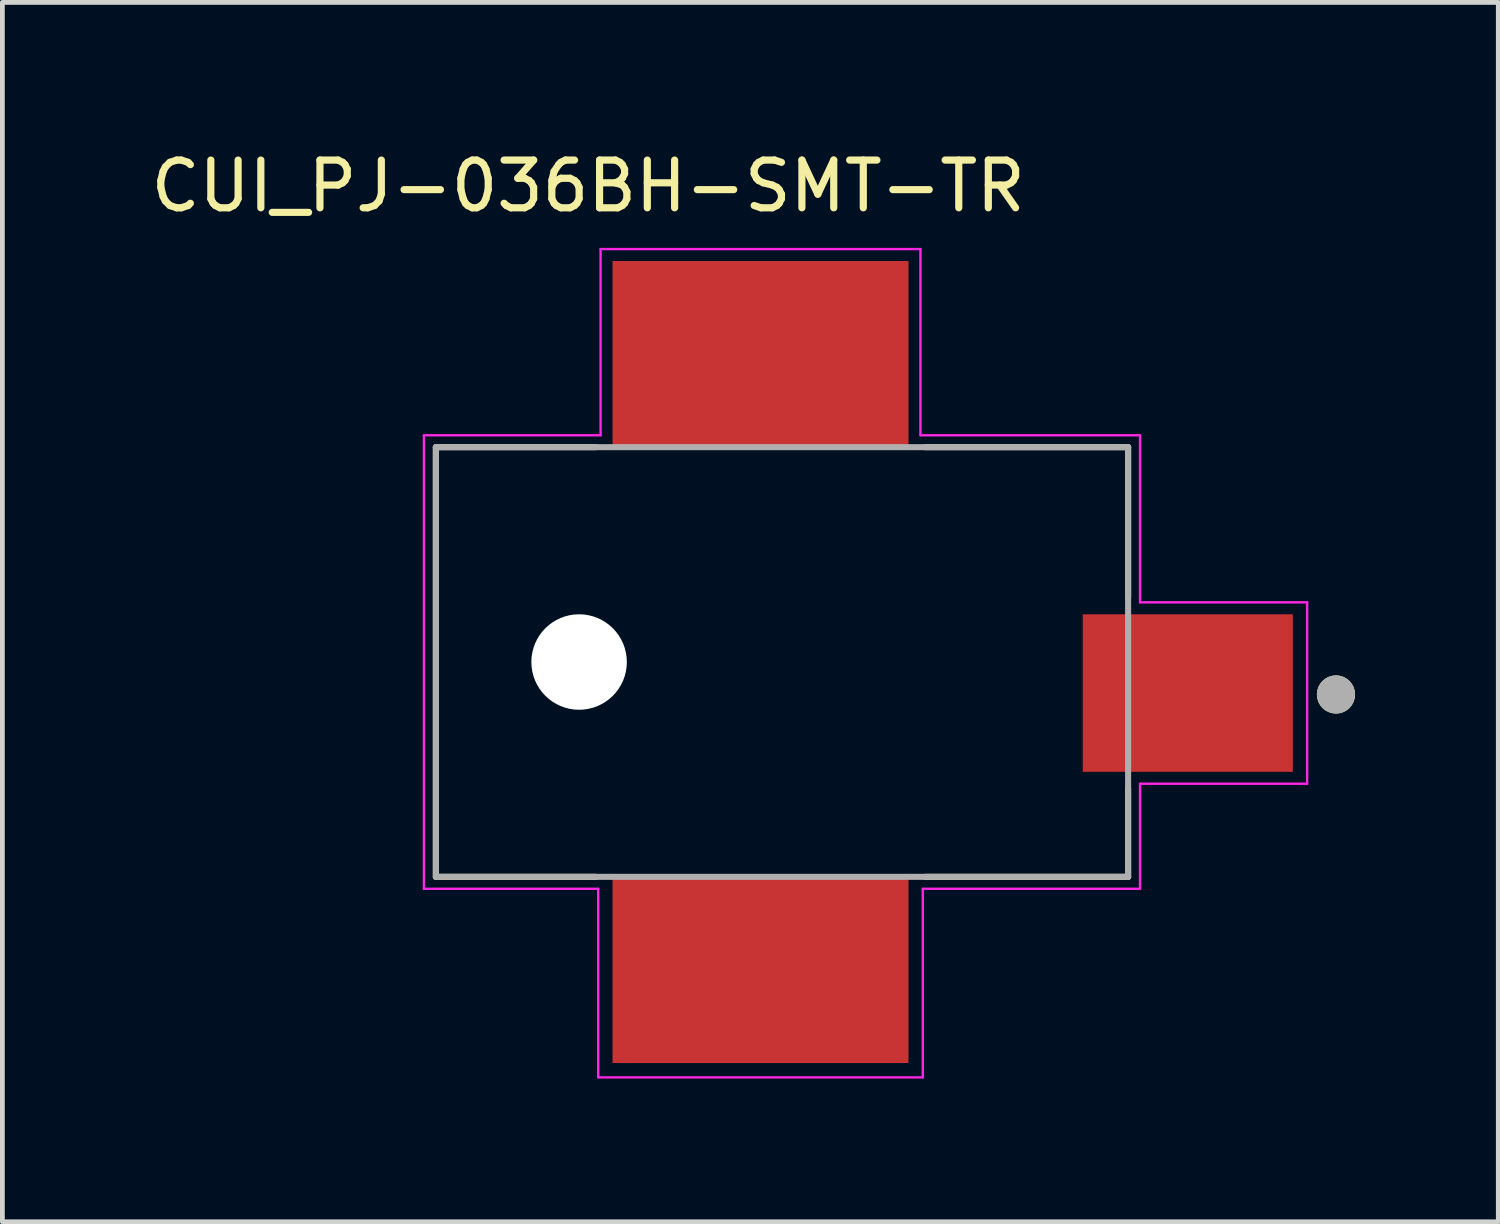
<source format=kicad_pcb>
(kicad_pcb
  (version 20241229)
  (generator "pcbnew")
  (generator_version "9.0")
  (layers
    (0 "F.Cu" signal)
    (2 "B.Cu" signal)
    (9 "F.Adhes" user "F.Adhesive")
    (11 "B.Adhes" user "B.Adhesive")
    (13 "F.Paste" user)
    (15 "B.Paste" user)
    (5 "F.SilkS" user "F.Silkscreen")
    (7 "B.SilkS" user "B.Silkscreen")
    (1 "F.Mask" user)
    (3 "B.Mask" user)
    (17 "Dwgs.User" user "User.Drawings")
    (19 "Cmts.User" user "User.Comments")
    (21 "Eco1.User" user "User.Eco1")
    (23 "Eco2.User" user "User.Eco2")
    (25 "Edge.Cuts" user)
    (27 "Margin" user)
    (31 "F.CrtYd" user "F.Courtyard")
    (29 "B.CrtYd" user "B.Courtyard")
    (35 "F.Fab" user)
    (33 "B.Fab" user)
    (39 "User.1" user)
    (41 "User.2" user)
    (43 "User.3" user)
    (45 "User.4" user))
  (footprint "CUI_PJ-036BH-SMT-TR"
    (layer "F.Cu")
    (at 21.83 11.467)
    (property "Reference" "CUI_PJ-036BH-SMT-TR" (at -12.559 -10.619 0) (layer "F.SilkS") (effects (font (size 1 1) (thickness 0.15))))
    (attr smd)
    (fp_line (start -15.75 -5.15) (end -15.75 3.85) (stroke (width 0.127) (type solid)) (layer "F.SilkS"))
    (fp_line (start -15.75 3.85) (end -12.4 3.85) (stroke (width 0.127) (type solid)) (layer "F.SilkS"))
    (fp_line (start -12.4 -5.15) (end -15.75 -5.15) (stroke (width 0.127) (type solid)) (layer "F.SilkS"))
    (fp_line (start -5.5 3.85) (end -1.25 3.85) (stroke (width 0.127) (type solid)) (layer "F.SilkS"))
    (fp_line (start -1.25 -5.15) (end -5.5 -5.15) (stroke (width 0.127) (type solid)) (layer "F.SilkS"))
    (fp_line (start -1.25 -2) (end -1.25 -5.15) (stroke (width 0.127) (type solid)) (layer "F.SilkS"))
    (fp_line (start -1.25 3.85) (end -1.25 2) (stroke (width 0.127) (type solid)) (layer "F.SilkS"))
    (fp_circle (center 3.104 0.03) (end 3.304 0.03) (stroke (width 0.4) (type solid)) (fill no) (layer "F.SilkS"))
    (fp_line (start -16 -5.4) (end -16 4.1) (stroke (width 0.05) (type solid)) (layer "F.CrtYd"))
    (fp_line (start -16 4.1) (end -12.35 4.1) (stroke (width 0.05) (type solid)) (layer "F.CrtYd"))
    (fp_line (start -12.35 4.1) (end -12.35 8.05) (stroke (width 0.05) (type solid)) (layer "F.CrtYd"))
    (fp_line (start -12.35 8.05) (end -5.55 8.05) (stroke (width 0.05) (type solid)) (layer "F.CrtYd"))
    (fp_line (start -12.3 -9.3) (end -5.6 -9.3) (stroke (width 0.05) (type solid)) (layer "F.CrtYd"))
    (fp_line (start -12.3 -5.4) (end -16 -5.4) (stroke (width 0.05) (type solid)) (layer "F.CrtYd"))
    (fp_line (start -12.3 -5.4) (end -12.3 -9.3) (stroke (width 0.05) (type solid)) (layer "F.CrtYd"))
    (fp_line (start -5.6 -9.3) (end -5.6 -5.4) (stroke (width 0.05) (type solid)) (layer "F.CrtYd"))
    (fp_line (start -5.55 4.1) (end -1 4.1) (stroke (width 0.05) (type solid)) (layer "F.CrtYd"))
    (fp_line (start -5.55 8.05) (end -5.55 4.1) (stroke (width 0.05) (type solid)) (layer "F.CrtYd"))
    (fp_line (start -1 -5.4) (end -5.6 -5.4) (stroke (width 0.05) (type solid)) (layer "F.CrtYd"))
    (fp_line (start -1 -1.9) (end -1 -5.4) (stroke (width 0.05) (type solid)) (layer "F.CrtYd"))
    (fp_line (start -1 -1.9) (end 2.5 -1.9) (stroke (width 0.05) (type solid)) (layer "F.CrtYd"))
    (fp_line (start -1 4.1) (end -1 1.9) (stroke (width 0.05) (type solid)) (layer "F.CrtYd"))
    (fp_line (start 2.5 -1.9) (end 2.5 1.9) (stroke (width 0.05) (type solid)) (layer "F.CrtYd"))
    (fp_line (start 2.5 1.9) (end -1 1.9) (stroke (width 0.05) (type solid)) (layer "F.CrtYd"))
    (fp_line (start -15.75 -5.15) (end -15.75 3.85) (stroke (width 0.127) (type solid)) (layer "F.Fab"))
    (fp_line (start -15.75 3.85) (end -1.25 3.85) (stroke (width 0.127) (type solid)) (layer "F.Fab"))
    (fp_line (start -1.25 -5.15) (end -15.75 -5.15) (stroke (width 0.127) (type solid)) (layer "F.Fab"))
    (fp_line (start -1.25 3.85) (end -1.25 -5.15) (stroke (width 0.127) (type solid)) (layer "F.Fab"))
    (fp_circle (center 3.104 0.03) (end 3.304 0.03) (stroke (width 0.4) (type solid)) (fill no) (layer "F.Fab"))
    (pad "" np_thru_hole circle (at -12.75 -0.65) (size 2 2) (drill 2) (layers "*.Cu" "*.Mask"))
    (pad "1" smd rect (at 0 0) (size 4.4 3.3) (layers "F.Cu" "F.Mask" "F.Paste"))
    (pad "2" smd rect (at -8.95 -7.1) (size 6.2 3.9) (layers "F.Cu" "F.Mask" "F.Paste"))
    (pad "3" smd rect (at -8.95 5.8) (size 6.2 3.9) (layers "F.Cu" "F.Mask" "F.Paste")))
  (gr_rect
    (start -3 -3)
    (end 28.334 22.542)
    (stroke (width 0.1) (type default))
    (fill no)
    (layer "Edge.Cuts")))
</source>
